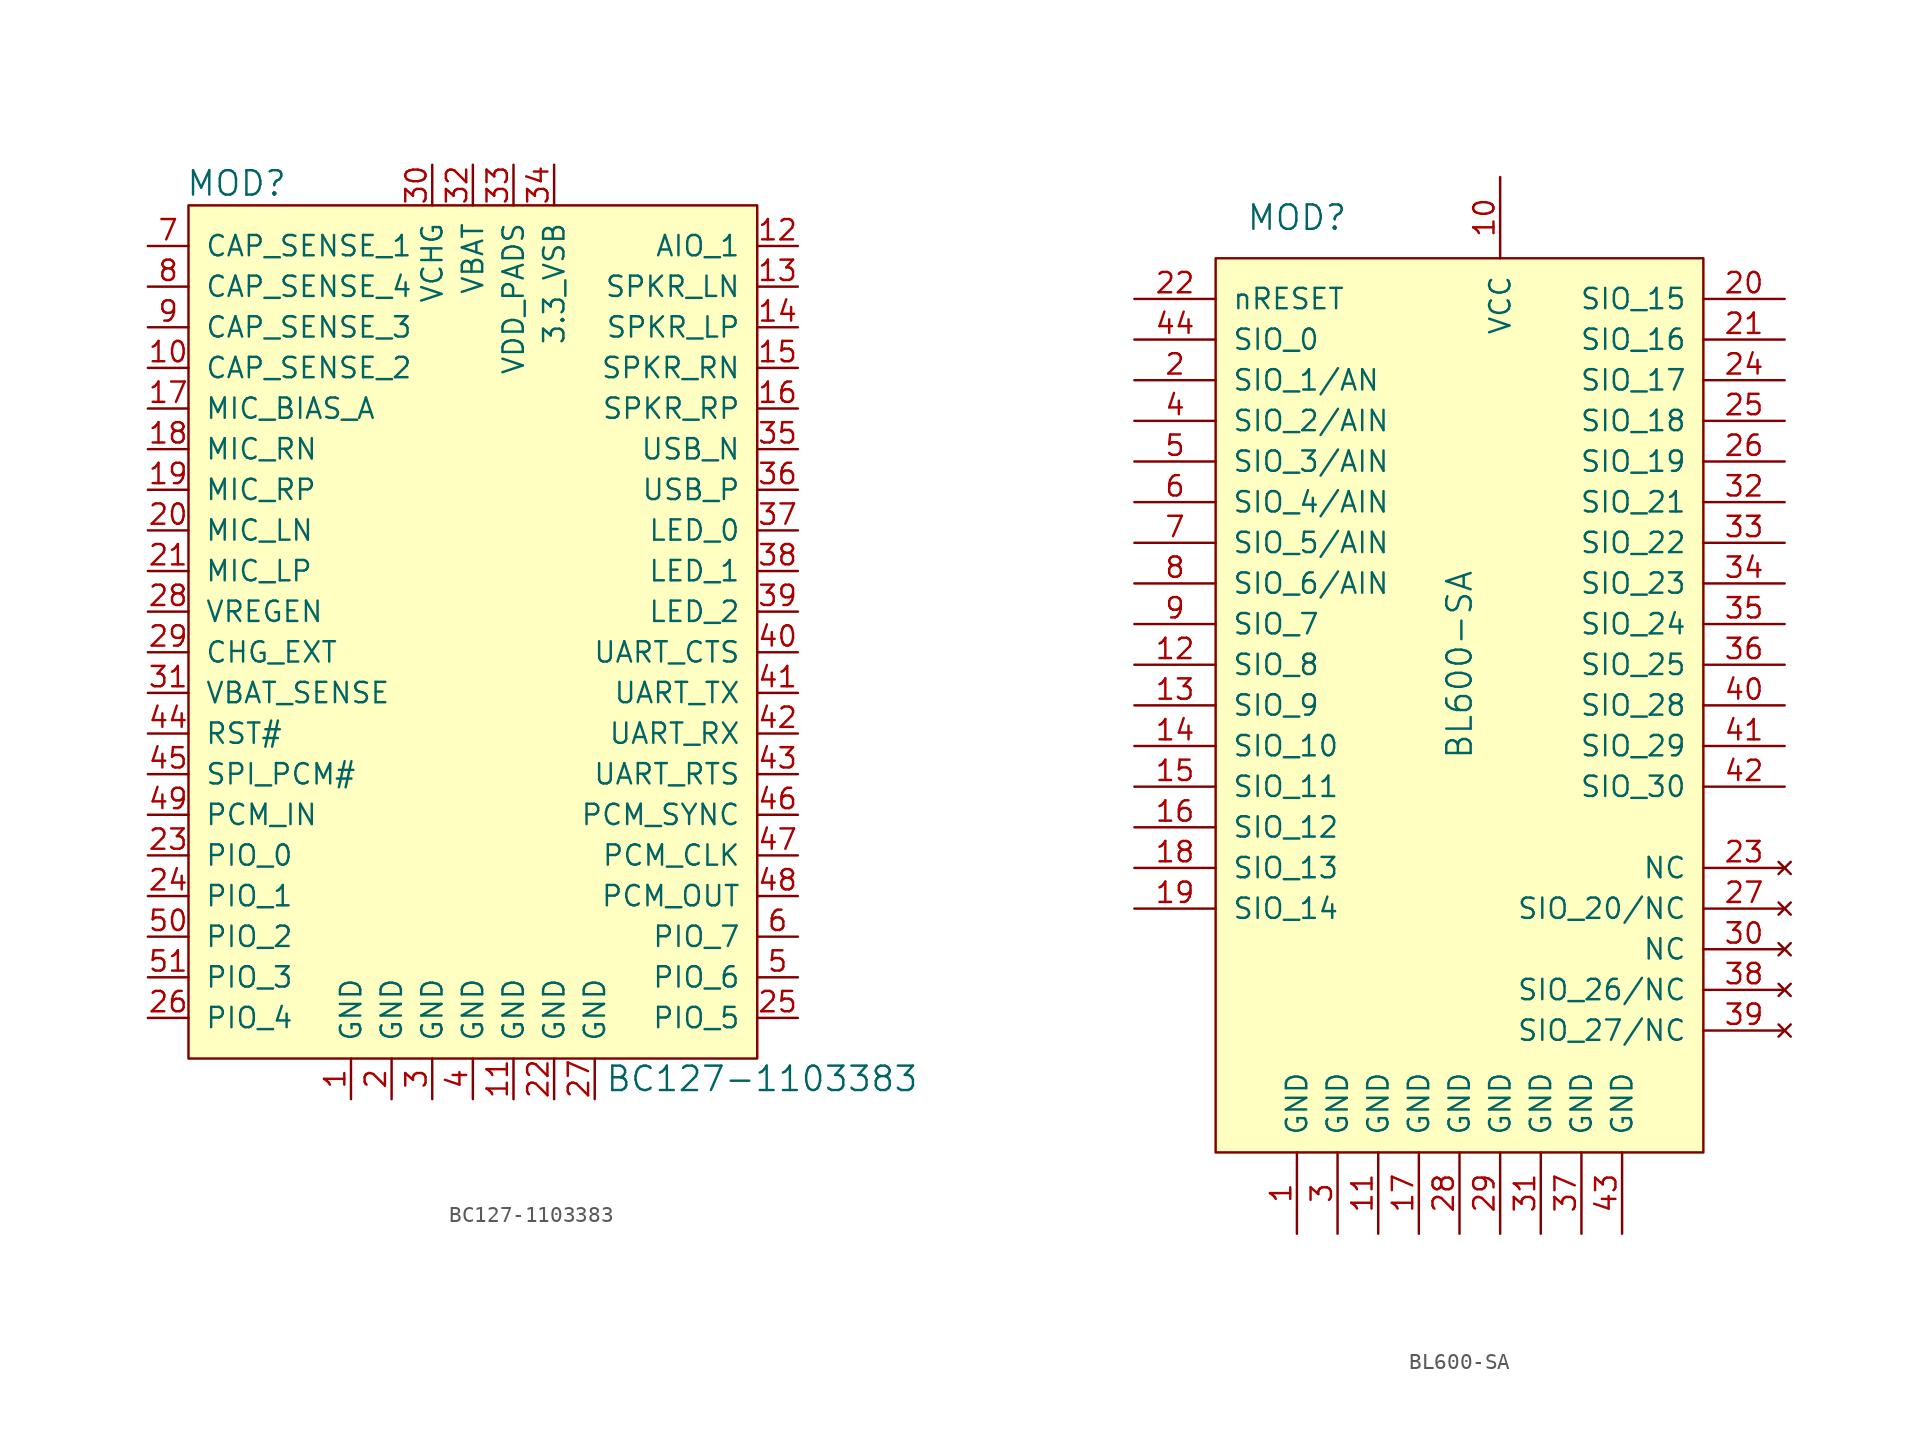
<source format=kicad_sym>
(kicad_symbol_lib
  (version 20201005)
  (generator kicad_symbol_editor)
  (symbol "BC127-1103383"
    (pin_names
      (offset 1.016))
    (property "Reference" "MOD"
      (at -15.418 16.612 0)
      (effects (font (size 1.524 1.524)) (justify left)))
    (property "Value" "BC127-1103383"
      (at 10.795 -39.37 0)
      (effects (font (size 1.524 1.524)) (justify left)))
    (symbol "BC127-1103383_0_1"
      (rectangle (start -15.24 15.24) (end 20.32 -38.1) (stroke (width 0)) (fill (type background))))
    (symbol "BC127-1103383_1_1"
      (pin power_in line (at -5.08 -40.64 90) (length 2.54) (name "GND" (effects (font (size 1.27 1.27)))) (number "1" (effects (font (size 1.27 1.27)))))
      (pin power_in line (at -2.54 -40.64 90) (length 2.54) (name "GND" (effects (font (size 1.27 1.27)))) (number "2" (effects (font (size 1.27 1.27)))))
      (pin power_in line (at 0 -40.64 90) (length 2.54) (name "GND" (effects (font (size 1.27 1.27)))) (number "3" (effects (font (size 1.27 1.27)))))
      (pin power_in line (at 2.54 -40.64 90) (length 2.54) (name "GND" (effects (font (size 1.27 1.27)))) (number "4" (effects (font (size 1.27 1.27)))))
      (pin bidirectional line (at 22.86 -33.02 180) (length 2.54) (name "PIO_6" (effects (font (size 1.27 1.27)))) (number "5" (effects (font (size 1.27 1.27)))))
      (pin bidirectional line (at 22.86 -30.48 180) (length 2.54) (name "PIO_7" (effects (font (size 1.27 1.27)))) (number "6" (effects (font (size 1.27 1.27)))))
      (pin input line (at -17.78 12.7 0) (length 2.54) (name "CAP_SENSE_1" (effects (font (size 1.27 1.27)))) (number "7" (effects (font (size 1.27 1.27)))))
      (pin input line (at -17.78 10.16 0) (length 2.54) (name "CAP_SENSE_4" (effects (font (size 1.27 1.27)))) (number "8" (effects (font (size 1.27 1.27)))))
      (pin input line (at -17.78 7.62 0) (length 2.54) (name "CAP_SENSE_3" (effects (font (size 1.27 1.27)))) (number "9" (effects (font (size 1.27 1.27)))))
      (pin input line (at -17.78 5.08 0) (length 2.54) (name "CAP_SENSE_2" (effects (font (size 1.27 1.27)))) (number "10" (effects (font (size 1.27 1.27)))))
      (pin input line (at -17.78 -5.08 0) (length 2.54) (name "MIC_LN" (effects (font (size 1.27 1.27)))) (number "20" (effects (font (size 1.27 1.27)))))
      (pin power_in line (at 0 17.78 270) (length 2.54) (name "VCHG" (effects (font (size 1.27 1.27)))) (number "30" (effects (font (size 1.27 1.27)))))
      (pin bidirectional line (at 22.86 -12.7 180) (length 2.54) (name "UART_CTS" (effects (font (size 1.27 1.27)))) (number "40" (effects (font (size 1.27 1.27)))))
      (pin bidirectional line (at -17.78 -30.48 0) (length 2.54) (name "PIO_2" (effects (font (size 1.27 1.27)))) (number "50" (effects (font (size 1.27 1.27)))))
      (pin power_in line (at 5.08 -40.64 90) (length 2.54) (name "GND" (effects (font (size 1.27 1.27)))) (number "11" (effects (font (size 1.27 1.27)))))
      (pin input line (at -17.78 -7.62 0) (length 2.54) (name "MIC_LP" (effects (font (size 1.27 1.27)))) (number "21" (effects (font (size 1.27 1.27)))))
      (pin input line (at -17.78 -15.24 0) (length 2.54) (name "VBAT_SENSE" (effects (font (size 1.27 1.27)))) (number "31" (effects (font (size 1.27 1.27)))))
      (pin bidirectional line (at 22.86 -15.24 180) (length 2.54) (name "UART_TX" (effects (font (size 1.27 1.27)))) (number "41" (effects (font (size 1.27 1.27)))))
      (pin bidirectional line (at -17.78 -33.02 0) (length 2.54) (name "PIO_3" (effects (font (size 1.27 1.27)))) (number "51" (effects (font (size 1.27 1.27)))))
      (pin bidirectional line (at 22.86 12.7 180) (length 2.54) (name "AIO_1" (effects (font (size 1.27 1.27)))) (number "12" (effects (font (size 1.27 1.27)))))
      (pin power_in line (at 7.62 -40.64 90) (length 2.54) (name "GND" (effects (font (size 1.27 1.27)))) (number "22" (effects (font (size 1.27 1.27)))))
      (pin power_in line (at 2.54 17.78 270) (length 2.54) (name "VBAT" (effects (font (size 1.27 1.27)))) (number "32" (effects (font (size 1.27 1.27)))))
      (pin bidirectional line (at 22.86 -17.78 180) (length 2.54) (name "UART_RX" (effects (font (size 1.27 1.27)))) (number "42" (effects (font (size 1.27 1.27)))))
      (pin output line (at 22.86 10.16 180) (length 2.54) (name "SPKR_LN" (effects (font (size 1.27 1.27)))) (number "13" (effects (font (size 1.27 1.27)))))
      (pin bidirectional line (at -17.78 -25.4 0) (length 2.54) (name "PIO_0" (effects (font (size 1.27 1.27)))) (number "23" (effects (font (size 1.27 1.27)))))
      (pin power_in line (at 5.08 17.78 270) (length 2.54) (name "VDD_PADS" (effects (font (size 1.27 1.27)))) (number "33" (effects (font (size 1.27 1.27)))))
      (pin bidirectional line (at 22.86 -20.32 180) (length 2.54) (name "UART_RTS" (effects (font (size 1.27 1.27)))) (number "43" (effects (font (size 1.27 1.27)))))
      (pin output line (at 22.86 7.62 180) (length 2.54) (name "SPKR_LP" (effects (font (size 1.27 1.27)))) (number "14" (effects (font (size 1.27 1.27)))))
      (pin bidirectional line (at -17.78 -27.94 0) (length 2.54) (name "PIO_1" (effects (font (size 1.27 1.27)))) (number "24" (effects (font (size 1.27 1.27)))))
      (pin power_in line (at 7.62 17.78 270) (length 2.54) (name "3.3_VSB" (effects (font (size 1.27 1.27)))) (number "34" (effects (font (size 1.27 1.27)))))
      (pin input line (at -17.78 -17.78 0) (length 2.54) (name "RST#" (effects (font (size 1.27 1.27)))) (number "44" (effects (font (size 1.27 1.27)))))
      (pin output line (at 22.86 5.08 180) (length 2.54) (name "SPKR_RN" (effects (font (size 1.27 1.27)))) (number "15" (effects (font (size 1.27 1.27)))))
      (pin bidirectional line (at 22.86 -35.56 180) (length 2.54) (name "PIO_5" (effects (font (size 1.27 1.27)))) (number "25" (effects (font (size 1.27 1.27)))))
      (pin bidirectional line (at 22.86 0 180) (length 2.54) (name "USB_N" (effects (font (size 1.27 1.27)))) (number "35" (effects (font (size 1.27 1.27)))))
      (pin input line (at -17.78 -20.32 0) (length 2.54) (name "SPI_PCM#" (effects (font (size 1.27 1.27)))) (number "45" (effects (font (size 1.27 1.27)))))
      (pin output line (at 22.86 2.54 180) (length 2.54) (name "SPKR_RP" (effects (font (size 1.27 1.27)))) (number "16" (effects (font (size 1.27 1.27)))))
      (pin bidirectional line (at -17.78 -35.56 0) (length 2.54) (name "PIO_4" (effects (font (size 1.27 1.27)))) (number "26" (effects (font (size 1.27 1.27)))))
      (pin bidirectional line (at 22.86 -2.54 180) (length 2.54) (name "USB_P" (effects (font (size 1.27 1.27)))) (number "36" (effects (font (size 1.27 1.27)))))
      (pin bidirectional line (at 22.86 -22.86 180) (length 2.54) (name "PCM_SYNC" (effects (font (size 1.27 1.27)))) (number "46" (effects (font (size 1.27 1.27)))))
      (pin input line (at -17.78 2.54 0) (length 2.54) (name "MIC_BIAS_A" (effects (font (size 1.27 1.27)))) (number "17" (effects (font (size 1.27 1.27)))))
      (pin power_in line (at 10.16 -40.64 90) (length 2.54) (name "GND" (effects (font (size 1.27 1.27)))) (number "27" (effects (font (size 1.27 1.27)))))
      (pin output line (at 22.86 -5.08 180) (length 2.54) (name "LED_0" (effects (font (size 1.27 1.27)))) (number "37" (effects (font (size 1.27 1.27)))))
      (pin bidirectional line (at 22.86 -25.4 180) (length 2.54) (name "PCM_CLK" (effects (font (size 1.27 1.27)))) (number "47" (effects (font (size 1.27 1.27)))))
      (pin input line (at -17.78 0 0) (length 2.54) (name "MIC_RN" (effects (font (size 1.27 1.27)))) (number "18" (effects (font (size 1.27 1.27)))))
      (pin input line (at -17.78 -10.16 0) (length 2.54) (name "VREGEN" (effects (font (size 1.27 1.27)))) (number "28" (effects (font (size 1.27 1.27)))))
      (pin output line (at 22.86 -7.62 180) (length 2.54) (name "LED_1" (effects (font (size 1.27 1.27)))) (number "38" (effects (font (size 1.27 1.27)))))
      (pin output line (at 22.86 -27.94 180) (length 2.54) (name "PCM_OUT" (effects (font (size 1.27 1.27)))) (number "48" (effects (font (size 1.27 1.27)))))
      (pin input line (at -17.78 -2.54 0) (length 2.54) (name "MIC_RP" (effects (font (size 1.27 1.27)))) (number "19" (effects (font (size 1.27 1.27)))))
      (pin input line (at -17.78 -12.7 0) (length 2.54) (name "CHG_EXT" (effects (font (size 1.27 1.27)))) (number "29" (effects (font (size 1.27 1.27)))))
      (pin output line (at 22.86 -10.16 180) (length 2.54) (name "LED_2" (effects (font (size 1.27 1.27)))) (number "39" (effects (font (size 1.27 1.27)))))
      (pin input line (at -17.78 -22.86 0) (length 2.54) (name "PCM_IN" (effects (font (size 1.27 1.27)))) (number "49" (effects (font (size 1.27 1.27)))))))
  (symbol "BL600-SA"
    (pin_names
      (offset 1.016))
    (property "Reference" "MOD"
      (at -7.62 27.94 0)
      (effects (font (size 1.524 1.524))))
    (property "Value" "BL600-SA"
      (at 2.54 0 90)
      (effects (font (size 1.524 1.524))))
    (symbol "BL600-SA_0_1"
      (rectangle (start -12.7 25.4) (end 17.78 -30.48) (stroke (width 0)) (fill (type background))))
    (symbol "BL600-SA_1_1"
      (pin power_in line (at -7.62 -35.56 90) (length 5.08) (name "GND" (effects (font (size 1.27 1.27)))) (number "1" (effects (font (size 1.27 1.27)))))
      (pin bidirectional line (at -17.78 17.78 0) (length 5.08) (name "SIO_1/AN" (effects (font (size 1.27 1.27)))) (number "2" (effects (font (size 1.27 1.27)))))
      (pin power_in line (at -5.08 -35.56 90) (length 5.08) (name "GND" (effects (font (size 1.27 1.27)))) (number "3" (effects (font (size 1.27 1.27)))))
      (pin bidirectional line (at -17.78 15.24 0) (length 5.08) (name "SIO_2/AIN" (effects (font (size 1.27 1.27)))) (number "4" (effects (font (size 1.27 1.27)))))
      (pin bidirectional line (at -17.78 12.7 0) (length 5.08) (name "SIO_3/AIN" (effects (font (size 1.27 1.27)))) (number "5" (effects (font (size 1.27 1.27)))))
      (pin bidirectional line (at -17.78 10.16 0) (length 5.08) (name "SIO_4/AIN" (effects (font (size 1.27 1.27)))) (number "6" (effects (font (size 1.27 1.27)))))
      (pin bidirectional line (at -17.78 7.62 0) (length 5.08) (name "SIO_5/AIN" (effects (font (size 1.27 1.27)))) (number "7" (effects (font (size 1.27 1.27)))))
      (pin bidirectional line (at -17.78 5.08 0) (length 5.08) (name "SIO_6/AIN" (effects (font (size 1.27 1.27)))) (number "8" (effects (font (size 1.27 1.27)))))
      (pin bidirectional line (at -17.78 2.54 0) (length 5.08) (name "SIO_7" (effects (font (size 1.27 1.27)))) (number "9" (effects (font (size 1.27 1.27)))))
      (pin power_in line (at 5.08 30.48 270) (length 5.08) (name "VCC" (effects (font (size 1.27 1.27)))) (number "10" (effects (font (size 1.27 1.27)))))
      (pin bidirectional line (at 22.86 22.86 180) (length 5.08) (name "SIO_15" (effects (font (size 1.27 1.27)))) (number "20" (effects (font (size 1.27 1.27)))))
      (pin no_connect line (at 22.86 -17.78 180) (length 5.08) (name "NC" (effects (font (size 1.27 1.27)))) (number "30" (effects (font (size 1.27 1.27)))))
      (pin bidirectional line (at 22.86 -2.54 180) (length 5.08) (name "SIO_28" (effects (font (size 1.27 1.27)))) (number "40" (effects (font (size 1.27 1.27)))))
      (pin power_in line (at -2.54 -35.56 90) (length 5.08) (name "GND" (effects (font (size 1.27 1.27)))) (number "11" (effects (font (size 1.27 1.27)))))
      (pin bidirectional line (at 22.86 20.32 180) (length 5.08) (name "SIO_16" (effects (font (size 1.27 1.27)))) (number "21" (effects (font (size 1.27 1.27)))))
      (pin power_in line (at 7.62 -35.56 90) (length 5.08) (name "GND" (effects (font (size 1.27 1.27)))) (number "31" (effects (font (size 1.27 1.27)))))
      (pin bidirectional line (at 22.86 -5.08 180) (length 5.08) (name "SIO_29" (effects (font (size 1.27 1.27)))) (number "41" (effects (font (size 1.27 1.27)))))
      (pin bidirectional line (at -17.78 0 0) (length 5.08) (name "SIO_8" (effects (font (size 1.27 1.27)))) (number "12" (effects (font (size 1.27 1.27)))))
      (pin input line (at -17.78 22.86 0) (length 5.08) (name "nRESET" (effects (font (size 1.27 1.27)))) (number "22" (effects (font (size 1.27 1.27)))))
      (pin bidirectional line (at 22.86 10.16 180) (length 5.08) (name "SIO_21" (effects (font (size 1.27 1.27)))) (number "32" (effects (font (size 1.27 1.27)))))
      (pin bidirectional line (at 22.86 -7.62 180) (length 5.08) (name "SIO_30" (effects (font (size 1.27 1.27)))) (number "42" (effects (font (size 1.27 1.27)))))
      (pin bidirectional line (at -17.78 -2.54 0) (length 5.08) (name "SIO_9" (effects (font (size 1.27 1.27)))) (number "13" (effects (font (size 1.27 1.27)))))
      (pin no_connect line (at 22.86 -12.7 180) (length 5.08) (name "NC" (effects (font (size 1.27 1.27)))) (number "23" (effects (font (size 1.27 1.27)))))
      (pin bidirectional line (at 22.86 7.62 180) (length 5.08) (name "SIO_22" (effects (font (size 1.27 1.27)))) (number "33" (effects (font (size 1.27 1.27)))))
      (pin power_in line (at 12.7 -35.56 90) (length 5.08) (name "GND" (effects (font (size 1.27 1.27)))) (number "43" (effects (font (size 1.27 1.27)))))
      (pin bidirectional line (at -17.78 -5.08 0) (length 5.08) (name "SIO_10" (effects (font (size 1.27 1.27)))) (number "14" (effects (font (size 1.27 1.27)))))
      (pin bidirectional line (at 22.86 17.78 180) (length 5.08) (name "SIO_17" (effects (font (size 1.27 1.27)))) (number "24" (effects (font (size 1.27 1.27)))))
      (pin bidirectional line (at 22.86 5.08 180) (length 5.08) (name "SIO_23" (effects (font (size 1.27 1.27)))) (number "34" (effects (font (size 1.27 1.27)))))
      (pin bidirectional line (at -17.78 20.32 0) (length 5.08) (name "SIO_0" (effects (font (size 1.27 1.27)))) (number "44" (effects (font (size 1.27 1.27)))))
      (pin bidirectional line (at -17.78 -7.62 0) (length 5.08) (name "SIO_11" (effects (font (size 1.27 1.27)))) (number "15" (effects (font (size 1.27 1.27)))))
      (pin bidirectional line (at 22.86 15.24 180) (length 5.08) (name "SIO_18" (effects (font (size 1.27 1.27)))) (number "25" (effects (font (size 1.27 1.27)))))
      (pin bidirectional line (at 22.86 2.54 180) (length 5.08) (name "SIO_24" (effects (font (size 1.27 1.27)))) (number "35" (effects (font (size 1.27 1.27)))))
      (pin bidirectional line (at -17.78 -10.16 0) (length 5.08) (name "SIO_12" (effects (font (size 1.27 1.27)))) (number "16" (effects (font (size 1.27 1.27)))))
      (pin bidirectional line (at 22.86 12.7 180) (length 5.08) (name "SIO_19" (effects (font (size 1.27 1.27)))) (number "26" (effects (font (size 1.27 1.27)))))
      (pin bidirectional line (at 22.86 0 180) (length 5.08) (name "SIO_25" (effects (font (size 1.27 1.27)))) (number "36" (effects (font (size 1.27 1.27)))))
      (pin bidirectional line (at 0 -35.56 90) (length 5.08) (name "GND" (effects (font (size 1.27 1.27)))) (number "17" (effects (font (size 1.27 1.27)))))
      (pin no_connect line (at 22.86 -15.24 180) (length 5.08) (name "SIO_20/NC" (effects (font (size 1.27 1.27)))) (number "27" (effects (font (size 1.27 1.27)))))
      (pin power_in line (at 10.16 -35.56 90) (length 5.08) (name "GND" (effects (font (size 1.27 1.27)))) (number "37" (effects (font (size 1.27 1.27)))))
      (pin bidirectional line (at -17.78 -12.7 0) (length 5.08) (name "SIO_13" (effects (font (size 1.27 1.27)))) (number "18" (effects (font (size 1.27 1.27)))))
      (pin power_in line (at 2.54 -35.56 90) (length 5.08) (name "GND" (effects (font (size 1.27 1.27)))) (number "28" (effects (font (size 1.27 1.27)))))
      (pin no_connect line (at 22.86 -20.32 180) (length 5.08) (name "SIO_26/NC" (effects (font (size 1.27 1.27)))) (number "38" (effects (font (size 1.27 1.27)))))
      (pin bidirectional line (at -17.78 -15.24 0) (length 5.08) (name "SIO_14" (effects (font (size 1.27 1.27)))) (number "19" (effects (font (size 1.27 1.27)))))
      (pin power_in line (at 5.08 -35.56 90) (length 5.08) (name "GND" (effects (font (size 1.27 1.27)))) (number "29" (effects (font (size 1.27 1.27)))))
      (pin no_connect line (at 22.86 -22.86 180) (length 5.08) (name "SIO_27/NC" (effects (font (size 1.27 1.27)))) (number "39" (effects (font (size 1.27 1.27))))))))
</source>
